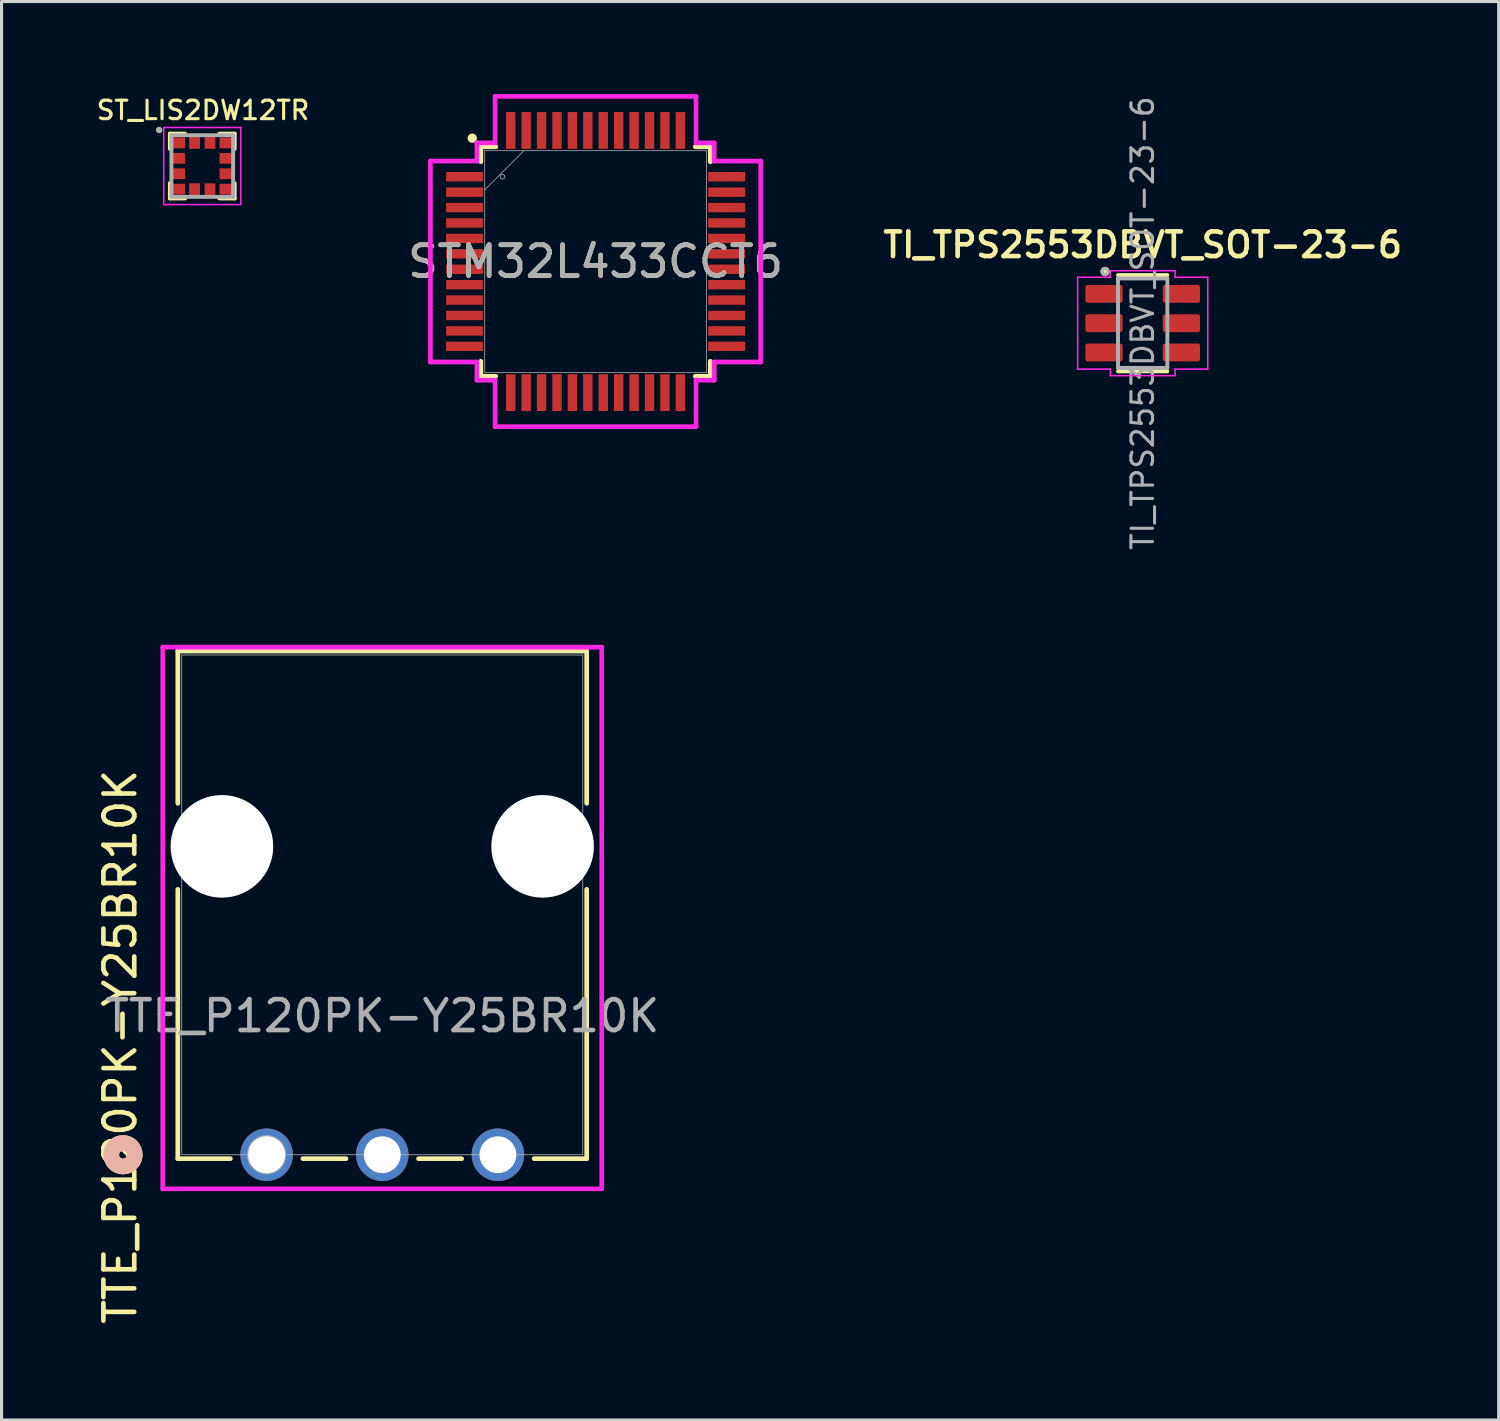
<source format=kicad_pcb>
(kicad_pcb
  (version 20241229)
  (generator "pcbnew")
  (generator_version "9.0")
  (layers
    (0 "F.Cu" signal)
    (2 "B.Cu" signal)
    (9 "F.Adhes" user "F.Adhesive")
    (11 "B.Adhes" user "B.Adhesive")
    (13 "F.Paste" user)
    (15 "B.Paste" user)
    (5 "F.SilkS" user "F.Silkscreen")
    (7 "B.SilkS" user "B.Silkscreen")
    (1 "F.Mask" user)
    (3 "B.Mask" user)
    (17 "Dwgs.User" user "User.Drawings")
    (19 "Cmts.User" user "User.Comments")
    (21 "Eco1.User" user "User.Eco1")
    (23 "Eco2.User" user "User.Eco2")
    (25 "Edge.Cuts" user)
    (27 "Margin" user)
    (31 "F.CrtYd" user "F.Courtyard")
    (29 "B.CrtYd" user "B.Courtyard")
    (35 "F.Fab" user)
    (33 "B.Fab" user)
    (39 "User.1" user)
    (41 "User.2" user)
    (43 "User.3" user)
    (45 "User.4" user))
  (footprint "TI_TPS2553DBVT_SOT-23-6"
    (layer "F.Cu")
    (at 34.004 7.43)
    (property "Reference" "TI_TPS2553DBVT_SOT-23-6" (at 0 -2.54 0) (layer "F.SilkS") (effects (font (size 0.8 0.8) (thickness 0.15))))
    (attr smd)
    (fp_line (start -0.8 1.56) (end 0.8 1.56) (stroke (width 0.127) (type solid)) (layer "F.SilkS"))
    (fp_line (start 0.8 -1.56) (end -0.8 -1.56) (stroke (width 0.127) (type solid)) (layer "F.SilkS"))
    (fp_circle (center -1.219 -1.676) (end -1.119 -1.676) (stroke (width 0.1) (type solid)) (fill yes) (layer "F.SilkS"))
    (fp_line (start -2.11 -1.49) (end -2.11 1.49) (stroke (width 0.05) (type solid)) (layer "F.CrtYd"))
    (fp_line (start -2.11 -1.49) (end -1.05 -1.49) (stroke (width 0.05) (type solid)) (layer "F.CrtYd"))
    (fp_line (start -2.11 1.49) (end -1.05 1.49) (stroke (width 0.05) (type solid)) (layer "F.CrtYd"))
    (fp_line (start -1.05 -1.49) (end -1.05 -1.7) (stroke (width 0.05) (type solid)) (layer "F.CrtYd"))
    (fp_line (start -1.05 1.49) (end -1.05 1.7) (stroke (width 0.05) (type solid)) (layer "F.CrtYd"))
    (fp_line (start -1.05 1.7) (end 1.05 1.7) (stroke (width 0.05) (type solid)) (layer "F.CrtYd"))
    (fp_line (start 1.05 -1.7) (end -1.05 -1.7) (stroke (width 0.05) (type solid)) (layer "F.CrtYd"))
    (fp_line (start 1.05 -1.49) (end 1.05 -1.7) (stroke (width 0.05) (type solid)) (layer "F.CrtYd"))
    (fp_line (start 1.05 1.49) (end 1.05 1.7) (stroke (width 0.05) (type solid)) (layer "F.CrtYd"))
    (fp_line (start 2.11 -1.49) (end 1.05 -1.49) (stroke (width 0.05) (type solid)) (layer "F.CrtYd"))
    (fp_line (start 2.11 1.49) (end 1.05 1.49) (stroke (width 0.05) (type solid)) (layer "F.CrtYd"))
    (fp_line (start 2.11 1.49) (end 2.11 -1.49) (stroke (width 0.05) (type solid)) (layer "F.CrtYd"))
    (fp_line (start -0.8 -1.45) (end -0.8 1.45) (stroke (width 0.127) (type solid)) (layer "F.Fab"))
    (fp_line (start -0.8 1.45) (end 0.8 1.45) (stroke (width 0.127) (type solid)) (layer "F.Fab"))
    (fp_line (start 0.8 -1.45) (end -0.8 -1.45) (stroke (width 0.127) (type solid)) (layer "F.Fab"))
    (fp_line (start 0.8 1.45) (end 0.8 -1.45) (stroke (width 0.127) (type solid)) (layer "F.Fab"))
    (fp_circle (center -1.219 -1.676) (end -1.119 -1.676) (stroke (width 0.1) (type solid)) (fill no) (layer "F.Fab"))
    (fp_text user "${REFERENCE}" (at 0 0 90) (unlocked yes) (layer "F.Fab") (effects (font (size 0.7 0.7) (thickness 0.1) (bold yes))))
    (pad "1" smd roundrect (at -1.255 -0.95) (size 1.21 0.58) (layers "F.Cu" "F.Mask" "F.Paste") (roundrect_rratio 0.125))
    (pad "2" smd roundrect (at -1.255 0) (size 1.21 0.58) (layers "F.Cu" "F.Mask" "F.Paste") (roundrect_rratio 0.125))
    (pad "3" smd roundrect (at -1.255 0.95) (size 1.21 0.58) (layers "F.Cu" "F.Mask" "F.Paste") (roundrect_rratio 0.125))
    (pad "4" smd roundrect (at 1.255 0.95) (size 1.21 0.58) (layers "F.Cu" "F.Mask" "F.Paste") (roundrect_rratio 0.125))
    (pad "5" smd roundrect (at 1.255 0) (size 1.21 0.58) (layers "F.Cu" "F.Mask" "F.Paste") (roundrect_rratio 0.125))
    (pad "6" smd roundrect (at 1.255 -0.95) (size 1.21 0.58) (layers "F.Cu" "F.Mask" "F.Paste") (roundrect_rratio 0.125)))
  (footprint "ST_LIS2DW12TR"
    (layer "F.Cu")
    (at 3.509 2.334)
    (property "Reference" "ST_LIS2DW12TR" (at 0.024 -1.808 0) (layer "F.SilkS") (effects (font (size 0.6 0.6) (thickness 0.1))))
    (attr smd)
    (fp_line (start -1.05 -1.05) (end -0.555 -1.05) (stroke (width 0.127) (type solid)) (layer "F.SilkS"))
    (fp_line (start -1.05 -0.555) (end -1.05 -1.05) (stroke (width 0.127) (type solid)) (layer "F.SilkS"))
    (fp_line (start -1.05 0.555) (end -1.05 1.05) (stroke (width 0.127) (type solid)) (layer "F.SilkS"))
    (fp_line (start -1.05 1.05) (end -0.555 1.05) (stroke (width 0.127) (type solid)) (layer "F.SilkS"))
    (fp_line (start 0.555 -1.05) (end 1.05 -1.05) (stroke (width 0.127) (type solid)) (layer "F.SilkS"))
    (fp_line (start 0.555 1.05) (end 1.05 1.05) (stroke (width 0.127) (type solid)) (layer "F.SilkS"))
    (fp_line (start 1.05 -1.05) (end 1.05 -0.555) (stroke (width 0.127) (type solid)) (layer "F.SilkS"))
    (fp_line (start 1.05 1.05) (end 1.05 0.555) (stroke (width 0.127) (type solid)) (layer "F.SilkS"))
    (fp_circle (center -1.397 -1.168) (end -1.347 -1.168) (stroke (width 0.1) (type solid)) (fill no) (layer "F.SilkS"))
    (fp_line (start -1.25 -1.25) (end 1.25 -1.25) (stroke (width 0.05) (type solid)) (layer "F.CrtYd"))
    (fp_line (start -1.25 1.25) (end -1.25 -1.25) (stroke (width 0.05) (type solid)) (layer "F.CrtYd"))
    (fp_line (start 1.25 -1.25) (end 1.25 1.25) (stroke (width 0.05) (type solid)) (layer "F.CrtYd"))
    (fp_line (start 1.25 1.25) (end -1.25 1.25) (stroke (width 0.05) (type solid)) (layer "F.CrtYd"))
    (fp_line (start -1 -1) (end 1 -1) (stroke (width 0.127) (type solid)) (layer "F.Fab"))
    (fp_line (start -1 1) (end -1 -1) (stroke (width 0.127) (type solid)) (layer "F.Fab"))
    (fp_line (start 1 -1) (end 1 1) (stroke (width 0.127) (type solid)) (layer "F.Fab"))
    (fp_line (start 1 1) (end -1 1) (stroke (width 0.127) (type solid)) (layer "F.Fab"))
    (fp_circle (center -1.397 -1.168) (end -1.347 -1.168) (stroke (width 0.1) (type solid)) (fill no) (layer "F.Fab"))
    (pad "1" smd rect (at -0.76 -0.75) (size 0.4 0.35) (layers "F.Cu" "F.Mask" "F.Paste"))
    (pad "2" smd rect (at -0.76 -0.25) (size 0.4 0.35) (layers "F.Cu" "F.Mask" "F.Paste"))
    (pad "3" smd rect (at -0.76 0.25) (size 0.4 0.35) (layers "F.Cu" "F.Mask" "F.Paste"))
    (pad "4" smd rect (at -0.76 0.75) (size 0.4 0.35) (layers "F.Cu" "F.Mask" "F.Paste"))
    (pad "5" smd rect (at -0.25 0.76) (size 0.35 0.4) (layers "F.Cu" "F.Mask" "F.Paste"))
    (pad "6" smd rect (at 0.25 0.76) (size 0.35 0.4) (layers "F.Cu" "F.Mask" "F.Paste"))
    (pad "7" smd rect (at 0.76 0.75) (size 0.4 0.35) (layers "F.Cu" "F.Mask" "F.Paste"))
    (pad "8" smd rect (at 0.76 0.25) (size 0.4 0.35) (layers "F.Cu" "F.Mask" "F.Paste"))
    (pad "9" smd rect (at 0.76 -0.25) (size 0.4 0.35) (layers "F.Cu" "F.Mask" "F.Paste"))
    (pad "10" smd rect (at 0.76 -0.75) (size 0.4 0.35) (layers "F.Cu" "F.Mask" "F.Paste"))
    (pad "11" smd rect (at 0.25 -0.76) (size 0.35 0.4) (layers "F.Cu" "F.Mask" "F.Paste"))
    (pad "12" smd rect (at -0.25 -0.76) (size 0.35 0.4) (layers "F.Cu" "F.Mask" "F.Paste")))
  (footprint "TTE_P120PK-Y25BR10K"
    (layer "F.Cu")
    (at 9.348 27.395)
    (property "Reference" "TTE_P120PK-Y25BR10K" (at -8.5 3.5 90) (unlocked yes) (layer "F.SilkS") (effects (font (size 1 1) (thickness 0.15))))
    (attr through_hole)
    (fp_line (start -6.632 -9.332) (end -6.632 -4.394) (stroke (width 0.152) (type solid)) (layer "F.SilkS"))
    (fp_line (start -6.632 -1.606) (end -6.632 7.127) (stroke (width 0.152) (type solid)) (layer "F.SilkS"))
    (fp_line (start -6.632 7.127) (end -4.929 7.127) (stroke (width 0.152) (type solid)) (layer "F.SilkS"))
    (fp_line (start -2.576 7.127) (end -1.179 7.127) (stroke (width 0.152) (type solid)) (layer "F.SilkS"))
    (fp_line (start 1.174 7.127) (end 2.571 7.127) (stroke (width 0.152) (type solid)) (layer "F.SilkS"))
    (fp_line (start 4.924 7.127) (end 6.627 7.127) (stroke (width 0.152) (type solid)) (layer "F.SilkS"))
    (fp_line (start 6.627 -9.332) (end -6.632 -9.332) (stroke (width 0.152) (type solid)) (layer "F.SilkS"))
    (fp_line (start 6.627 -4.394) (end 6.627 -9.332) (stroke (width 0.152) (type solid)) (layer "F.SilkS"))
    (fp_line (start 6.627 7.127) (end 6.627 -1.606) (stroke (width 0.152) (type solid)) (layer "F.SilkS"))
    (fp_circle (center -8.41 7) (end -8.029 7) (stroke (width 0.508) (type solid)) (fill no) (layer "F.SilkS"))
    (fp_circle (center -8.41 7) (end -8.029 7) (stroke (width 0.508) (type solid)) (fill no) (layer "B.SilkS"))
    (fp_line (start -7.12 -9.459) (end -7.12 8.105) (stroke (width 0.152) (type solid)) (layer "F.CrtYd"))
    (fp_line (start -7.12 8.105) (end 7.115 8.105) (stroke (width 0.152) (type solid)) (layer "F.CrtYd"))
    (fp_line (start 7.115 -9.459) (end -7.12 -9.459) (stroke (width 0.152) (type solid)) (layer "F.CrtYd"))
    (fp_line (start 7.115 8.105) (end 7.115 -9.459) (stroke (width 0.152) (type solid)) (layer "F.CrtYd"))
    (fp_line (start -6.505 -9.205) (end -6.505 7) (stroke (width 0.025) (type solid)) (layer "F.Fab"))
    (fp_line (start -6.505 7) (end 6.5 7) (stroke (width 0.025) (type solid)) (layer "F.Fab"))
    (fp_line (start 6.5 -9.205) (end -6.505 -9.205) (stroke (width 0.025) (type solid)) (layer "F.Fab"))
    (fp_line (start 6.5 7) (end 6.5 -9.205) (stroke (width 0.025) (type solid)) (layer "F.Fab"))
    (fp_circle (center -3.752 7) (end -3.371 7) (stroke (width 0.508) (type solid)) (fill no) (layer "F.Fab"))
    (fp_text user "${REFERENCE}" (at 0 2.5 0) (unlocked yes) (layer "F.Fab") (effects (font (size 1 1) (thickness 0.15))))
    (pad "" np_thru_hole circle (at -5.202 -3) (size 3.327 3.327) (drill 3.327) (layers "*.Cu" "*.Mask"))
    (pad "" np_thru_hole circle (at 5.198 -3) (size 3.327 3.327) (drill 3.327) (layers "*.Cu" "*.Mask"))
    (pad "1" thru_hole circle (at -3.752 7) (size 1.702 1.702) (drill 1.194) (layers "*.Cu" "*.Mask"))
    (pad "2" thru_hole circle (at -0.002 7) (size 1.702 1.702) (drill 1.194) (layers "*.Cu" "*.Mask"))
    (pad "3" thru_hole circle (at 3.748 7) (size 1.702 1.702) (drill 1.194) (layers "*.Cu" "*.Mask")))
  (footprint "STM32L433CCT6"
    (layer "F.Cu")
    (at 16.262 5.431)
    (property "Reference" "STM32L433CCT6" (at 0 0 0) (unlocked yes) (layer "F.SilkS") (effects (font (size 1 1) (thickness 0.15))))
    (attr smd)
    (fp_line (start -3.721 -3.721) (end -3.721 -3.235) (stroke (width 0.152) (type solid)) (layer "F.SilkS"))
    (fp_line (start -3.721 3.235) (end -3.721 3.721) (stroke (width 0.152) (type solid)) (layer "F.SilkS"))
    (fp_line (start -3.721 3.721) (end -3.235 3.721) (stroke (width 0.152) (type solid)) (layer "F.SilkS"))
    (fp_line (start -3.235 -3.721) (end -3.721 -3.721) (stroke (width 0.152) (type solid)) (layer "F.SilkS"))
    (fp_line (start 3.235 3.721) (end 3.721 3.721) (stroke (width 0.152) (type solid)) (layer "F.SilkS"))
    (fp_line (start 3.721 -3.721) (end 3.235 -3.721) (stroke (width 0.152) (type solid)) (layer "F.SilkS"))
    (fp_line (start 3.721 -3.235) (end 3.721 -3.721) (stroke (width 0.152) (type solid)) (layer "F.SilkS"))
    (fp_line (start 3.721 3.721) (end 3.721 3.235) (stroke (width 0.152) (type solid)) (layer "F.SilkS"))
    (fp_circle (center -4 -4) (end -3.924 -4) (stroke (width 0.152) (type solid)) (fill no) (layer "F.SilkS"))
    (fp_line (start -5.355 -3.258) (end -3.848 -3.258) (stroke (width 0.152) (type solid)) (layer "F.CrtYd"))
    (fp_line (start -5.355 3.258) (end -5.355 -3.258) (stroke (width 0.152) (type solid)) (layer "F.CrtYd"))
    (fp_line (start -3.848 -3.848) (end -3.258 -3.848) (stroke (width 0.152) (type solid)) (layer "F.CrtYd"))
    (fp_line (start -3.848 -3.258) (end -3.848 -3.848) (stroke (width 0.152) (type solid)) (layer "F.CrtYd"))
    (fp_line (start -3.848 3.258) (end -5.355 3.258) (stroke (width 0.152) (type solid)) (layer "F.CrtYd"))
    (fp_line (start -3.848 3.848) (end -3.848 3.258) (stroke (width 0.152) (type solid)) (layer "F.CrtYd"))
    (fp_line (start -3.258 -5.355) (end 3.258 -5.355) (stroke (width 0.152) (type solid)) (layer "F.CrtYd"))
    (fp_line (start -3.258 -3.848) (end -3.258 -5.355) (stroke (width 0.152) (type solid)) (layer "F.CrtYd"))
    (fp_line (start -3.258 3.848) (end -3.848 3.848) (stroke (width 0.152) (type solid)) (layer "F.CrtYd"))
    (fp_line (start -3.258 5.355) (end -3.258 3.848) (stroke (width 0.152) (type solid)) (layer "F.CrtYd"))
    (fp_line (start 3.258 -5.355) (end 3.258 -3.848) (stroke (width 0.152) (type solid)) (layer "F.CrtYd"))
    (fp_line (start 3.258 -3.848) (end 3.848 -3.848) (stroke (width 0.152) (type solid)) (layer "F.CrtYd"))
    (fp_line (start 3.258 3.848) (end 3.258 5.355) (stroke (width 0.152) (type solid)) (layer "F.CrtYd"))
    (fp_line (start 3.258 5.355) (end -3.258 5.355) (stroke (width 0.152) (type solid)) (layer "F.CrtYd"))
    (fp_line (start 3.848 -3.848) (end 3.848 -3.258) (stroke (width 0.152) (type solid)) (layer "F.CrtYd"))
    (fp_line (start 3.848 -3.258) (end 5.355 -3.258) (stroke (width 0.152) (type solid)) (layer "F.CrtYd"))
    (fp_line (start 3.848 3.258) (end 3.848 3.848) (stroke (width 0.152) (type solid)) (layer "F.CrtYd"))
    (fp_line (start 3.848 3.848) (end 3.258 3.848) (stroke (width 0.152) (type solid)) (layer "F.CrtYd"))
    (fp_line (start 5.355 -3.258) (end 5.355 3.258) (stroke (width 0.152) (type solid)) (layer "F.CrtYd"))
    (fp_line (start 5.355 3.258) (end 3.848 3.258) (stroke (width 0.152) (type solid)) (layer "F.CrtYd"))
    (fp_line (start -3.594 -3.594) (end -3.594 3.594) (stroke (width 0.025) (type solid)) (layer "F.Fab"))
    (fp_line (start -3.594 -2.324) (end -2.324 -3.594) (stroke (width 0.025) (type solid)) (layer "F.Fab"))
    (fp_line (start -3.594 3.594) (end 3.594 3.594) (stroke (width 0.025) (type solid)) (layer "F.Fab"))
    (fp_line (start 3.594 -3.594) (end -3.594 -3.594) (stroke (width 0.025) (type solid)) (layer "F.Fab"))
    (fp_line (start 3.594 3.594) (end 3.594 -3.594) (stroke (width 0.025) (type solid)) (layer "F.Fab"))
    (fp_circle (center -3.018 -2.75) (end -2.942 -2.75) (stroke (width 0.025) (type solid)) (fill no) (layer "F.Fab"))
    (fp_text user "${REFERENCE}" (at 0 0 0) (unlocked yes) (layer "F.Fab") (effects (font (size 1 1) (thickness 0.15))))
    (pad "1" smd rect (at -4.25 -2.75) (size 1.194 0.305) (layers "F.Cu" "F.Mask" "F.Paste"))
    (pad "2" smd rect (at -4.25 -2.25) (size 1.194 0.305) (layers "F.Cu" "F.Mask" "F.Paste"))
    (pad "3" smd rect (at -4.25 -1.75) (size 1.194 0.305) (layers "F.Cu" "F.Mask" "F.Paste"))
    (pad "4" smd rect (at -4.25 -1.25) (size 1.194 0.305) (layers "F.Cu" "F.Mask" "F.Paste"))
    (pad "5" smd rect (at -4.25 -0.75) (size 1.194 0.305) (layers "F.Cu" "F.Mask" "F.Paste"))
    (pad "6" smd rect (at -4.25 -0.25) (size 1.194 0.305) (layers "F.Cu" "F.Mask" "F.Paste"))
    (pad "7" smd rect (at -4.25 0.25) (size 1.194 0.305) (layers "F.Cu" "F.Mask" "F.Paste"))
    (pad "8" smd rect (at -4.25 0.75) (size 1.194 0.305) (layers "F.Cu" "F.Mask" "F.Paste"))
    (pad "9" smd rect (at -4.25 1.25) (size 1.194 0.305) (layers "F.Cu" "F.Mask" "F.Paste"))
    (pad "10" smd rect (at -4.25 1.75) (size 1.194 0.305) (layers "F.Cu" "F.Mask" "F.Paste"))
    (pad "11" smd rect (at -4.25 2.25) (size 1.194 0.305) (layers "F.Cu" "F.Mask" "F.Paste"))
    (pad "12" smd rect (at -4.25 2.75) (size 1.194 0.305) (layers "F.Cu" "F.Mask" "F.Paste"))
    (pad "13" smd rect (at -2.75 4.25 90) (size 1.194 0.305) (layers "F.Cu" "F.Mask" "F.Paste"))
    (pad "14" smd rect (at -2.25 4.25 90) (size 1.194 0.305) (layers "F.Cu" "F.Mask" "F.Paste"))
    (pad "15" smd rect (at -1.75 4.25 90) (size 1.194 0.305) (layers "F.Cu" "F.Mask" "F.Paste"))
    (pad "16" smd rect (at -1.25 4.25 90) (size 1.194 0.305) (layers "F.Cu" "F.Mask" "F.Paste"))
    (pad "17" smd rect (at -0.75 4.25 90) (size 1.194 0.305) (layers "F.Cu" "F.Mask" "F.Paste"))
    (pad "18" smd rect (at -0.25 4.25 90) (size 1.194 0.305) (layers "F.Cu" "F.Mask" "F.Paste"))
    (pad "19" smd rect (at 0.25 4.25 90) (size 1.194 0.305) (layers "F.Cu" "F.Mask" "F.Paste"))
    (pad "20" smd rect (at 0.75 4.25 90) (size 1.194 0.305) (layers "F.Cu" "F.Mask" "F.Paste"))
    (pad "21" smd rect (at 1.25 4.25 90) (size 1.194 0.305) (layers "F.Cu" "F.Mask" "F.Paste"))
    (pad "22" smd rect (at 1.75 4.25 90) (size 1.194 0.305) (layers "F.Cu" "F.Mask" "F.Paste"))
    (pad "23" smd rect (at 2.25 4.25 90) (size 1.194 0.305) (layers "F.Cu" "F.Mask" "F.Paste"))
    (pad "24" smd rect (at 2.75 4.25 90) (size 1.194 0.305) (layers "F.Cu" "F.Mask" "F.Paste"))
    (pad "25" smd rect (at 4.25 2.75) (size 1.194 0.305) (layers "F.Cu" "F.Mask" "F.Paste"))
    (pad "26" smd rect (at 4.25 2.25) (size 1.194 0.305) (layers "F.Cu" "F.Mask" "F.Paste"))
    (pad "27" smd rect (at 4.25 1.75) (size 1.194 0.305) (layers "F.Cu" "F.Mask" "F.Paste"))
    (pad "28" smd rect (at 4.25 1.25) (size 1.194 0.305) (layers "F.Cu" "F.Mask" "F.Paste"))
    (pad "29" smd rect (at 4.25 0.75) (size 1.194 0.305) (layers "F.Cu" "F.Mask" "F.Paste"))
    (pad "30" smd rect (at 4.25 0.25) (size 1.194 0.305) (layers "F.Cu" "F.Mask" "F.Paste"))
    (pad "31" smd rect (at 4.25 -0.25) (size 1.194 0.305) (layers "F.Cu" "F.Mask" "F.Paste"))
    (pad "32" smd rect (at 4.25 -0.75) (size 1.194 0.305) (layers "F.Cu" "F.Mask" "F.Paste"))
    (pad "33" smd rect (at 4.25 -1.25) (size 1.194 0.305) (layers "F.Cu" "F.Mask" "F.Paste"))
    (pad "34" smd rect (at 4.25 -1.75) (size 1.194 0.305) (layers "F.Cu" "F.Mask" "F.Paste"))
    (pad "35" smd rect (at 4.25 -2.25) (size 1.194 0.305) (layers "F.Cu" "F.Mask" "F.Paste"))
    (pad "36" smd rect (at 4.25 -2.75) (size 1.194 0.305) (layers "F.Cu" "F.Mask" "F.Paste"))
    (pad "37" smd rect (at 2.75 -4.25 90) (size 1.194 0.305) (layers "F.Cu" "F.Mask" "F.Paste"))
    (pad "38" smd rect (at 2.25 -4.25 90) (size 1.194 0.305) (layers "F.Cu" "F.Mask" "F.Paste"))
    (pad "39" smd rect (at 1.75 -4.25 90) (size 1.194 0.305) (layers "F.Cu" "F.Mask" "F.Paste"))
    (pad "40" smd rect (at 1.25 -4.25 90) (size 1.194 0.305) (layers "F.Cu" "F.Mask" "F.Paste"))
    (pad "41" smd rect (at 0.75 -4.25 90) (size 1.194 0.305) (layers "F.Cu" "F.Mask" "F.Paste"))
    (pad "42" smd rect (at 0.25 -4.25 90) (size 1.194 0.305) (layers "F.Cu" "F.Mask" "F.Paste"))
    (pad "43" smd rect (at -0.25 -4.25 90) (size 1.194 0.305) (layers "F.Cu" "F.Mask" "F.Paste"))
    (pad "44" smd rect (at -0.75 -4.25 90) (size 1.194 0.305) (layers "F.Cu" "F.Mask" "F.Paste"))
    (pad "45" smd rect (at -1.25 -4.25 90) (size 1.194 0.305) (layers "F.Cu" "F.Mask" "F.Paste"))
    (pad "46" smd rect (at -1.75 -4.25 90) (size 1.194 0.305) (layers "F.Cu" "F.Mask" "F.Paste"))
    (pad "47" smd rect (at -2.25 -4.25 90) (size 1.194 0.305) (layers "F.Cu" "F.Mask" "F.Paste"))
    (pad "48" smd rect (at -2.75 -4.25 90) (size 1.194 0.305) (layers "F.Cu" "F.Mask" "F.Paste")))
  (gr_rect
    (start -3 -3)
    (end 45.549 42.997)
    (stroke (width 0.1) (type default))
    (fill no)
    (layer "Edge.Cuts")))
</source>
